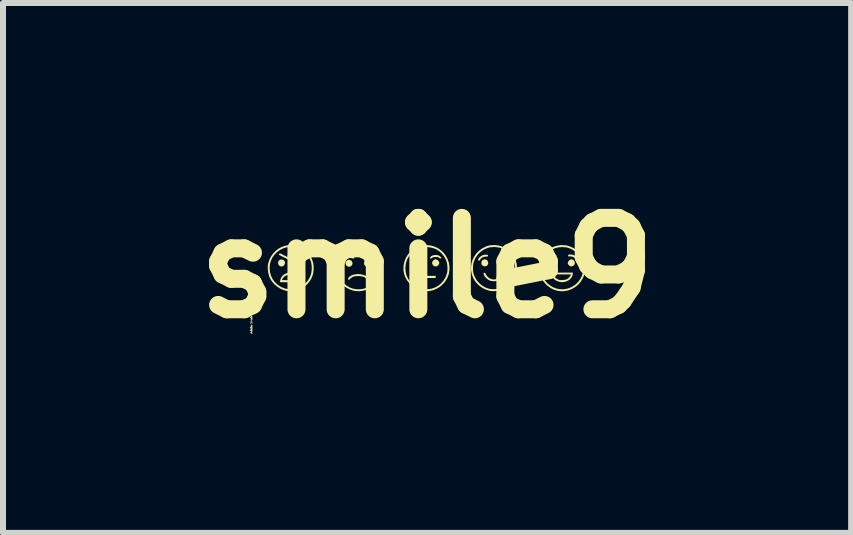
<source format=kicad_pcb>
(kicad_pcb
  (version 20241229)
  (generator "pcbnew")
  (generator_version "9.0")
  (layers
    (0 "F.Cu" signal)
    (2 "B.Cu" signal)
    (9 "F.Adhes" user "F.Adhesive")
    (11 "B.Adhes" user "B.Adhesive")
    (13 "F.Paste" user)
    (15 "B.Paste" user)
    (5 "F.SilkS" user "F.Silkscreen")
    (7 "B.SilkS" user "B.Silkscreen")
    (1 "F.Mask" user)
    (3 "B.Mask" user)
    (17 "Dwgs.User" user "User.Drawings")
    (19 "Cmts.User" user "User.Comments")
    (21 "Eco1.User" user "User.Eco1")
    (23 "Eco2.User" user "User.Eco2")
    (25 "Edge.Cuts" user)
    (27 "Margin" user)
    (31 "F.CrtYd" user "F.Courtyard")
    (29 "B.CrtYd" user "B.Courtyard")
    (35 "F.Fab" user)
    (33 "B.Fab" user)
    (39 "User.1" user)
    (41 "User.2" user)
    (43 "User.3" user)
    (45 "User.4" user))
  (footprint "smile9"
    (layer "F.Cu")
    (at 4.071 1.418)
    (property "Reference" "smile9" (at 0 0 0) (layer "F.SilkS") (effects (font (size 1.524 1.524) (thickness 0.3))))
    (attr board_only exclude_from_pos_files exclude_from_bom)
    (fp_poly (pts (xy -2.914 0.886) (xy -2.91 0.889) (xy -2.915 0.893) (xy -2.927 0.896) (xy -2.94 0.896) (xy -2.947 0.893) (xy -2.951 0.889) (xy -2.949 0.888) (xy -2.926 0.886)) (stroke (width 0) (type solid)) (fill yes) (layer "F.SilkS"))
    (fp_poly (pts (xy -2.911 0.775) (xy -2.9 0.778) (xy -2.898 0.78) (xy -2.904 0.783) (xy -2.917 0.786) (xy -2.928 0.786) (xy -2.945 0.785) (xy -2.956 0.782) (xy -2.958 0.78) (xy -2.953 0.777) (xy -2.939 0.774) (xy -2.928 0.774)) (stroke (width 0) (type solid)) (fill yes) (layer "F.SilkS"))
    (fp_poly (pts (xy 0.144 0.168) (xy -0.161 0.168) (xy -0.163 0.153) (xy -0.165 0.141) (xy -0.163 0.135) (xy -0.157 0.134) (xy -0.14 0.134) (xy -0.114 0.133) (xy -0.081 0.132) (xy -0.043 0.132) (xy -0.008 0.132) (xy 0.144 0.132)) (stroke (width 0) (type solid)) (fill yes) (layer "F.SilkS"))
    (fp_poly (pts (xy -2.407 -0.139) (xy -2.388 -0.128) (xy -2.374 -0.111) (xy -2.368 -0.089) (xy -2.372 -0.065) (xy -2.373 -0.064) (xy -2.388 -0.04) (xy -2.409 -0.027) (xy -2.434 -0.025) (xy -2.452 -0.03) (xy -2.47 -0.043) (xy -2.481 -0.064) (xy -2.484 -0.083) (xy -2.48 -0.108) (xy -2.468 -0.125) (xy -2.453 -0.135) (xy -2.429 -0.142)) (stroke (width 0) (type solid)) (fill yes) (layer "F.SilkS"))
    (fp_poly (pts (xy -1.288 -0.135) (xy -1.273 -0.129) (xy -1.254 -0.111) (xy -1.244 -0.09) (xy -1.243 -0.067) (xy -1.253 -0.045) (xy -1.271 -0.027) (xy -1.276 -0.025) (xy -1.3 -0.018) (xy -1.323 -0.024) (xy -1.339 -0.035) (xy -1.354 -0.055) (xy -1.359 -0.076) (xy -1.356 -0.097) (xy -1.345 -0.115) (xy -1.33 -0.129) (xy -1.31 -0.136)) (stroke (width 0) (type solid)) (fill yes) (layer "F.SilkS"))
    (fp_poly (pts (xy -0.967 -0.13) (xy -0.95 -0.116) (xy -0.94 -0.097) (xy -0.936 -0.075) (xy -0.941 -0.053) (xy -0.954 -0.036) (xy -0.975 -0.021) (xy -0.999 -0.018) (xy -1.022 -0.027) (xy -1.033 -0.035) (xy -1.047 -0.055) (xy -1.052 -0.078) (xy -1.047 -0.1) (xy -1.035 -0.12) (xy -1.014 -0.133) (xy -1.012 -0.134) (xy -0.988 -0.137)) (stroke (width 0) (type solid)) (fill yes) (layer "F.SilkS"))
    (fp_poly (pts (xy 0.986 -0.139) (xy 1.005 -0.125) (xy 1.016 -0.105) (xy 1.021 -0.083) (xy 1.016 -0.06) (xy 1.007 -0.045) (xy 0.987 -0.031) (xy 0.963 -0.026) (xy 0.94 -0.031) (xy 0.935 -0.033) (xy 0.917 -0.049) (xy 0.907 -0.069) (xy 0.906 -0.091) (xy 0.913 -0.113) (xy 0.926 -0.13) (xy 0.946 -0.141) (xy 0.963 -0.144)) (stroke (width 0) (type solid)) (fill yes) (layer "F.SilkS"))
    (fp_poly (pts (xy -2.101 -0.14) (xy -2.085 -0.13) (xy -2.081 -0.127) (xy -2.066 -0.107) (xy -2.061 -0.086) (xy -2.064 -0.065) (xy -2.075 -0.046) (xy -2.091 -0.032) (xy -2.111 -0.025) (xy -2.134 -0.027) (xy -2.148 -0.032) (xy -2.166 -0.048) (xy -2.176 -0.069) (xy -2.177 -0.09) (xy -2.17 -0.111) (xy -2.156 -0.129) (xy -2.136 -0.141) (xy -2.115 -0.144)) (stroke (width 0) (type solid)) (fill yes) (layer "F.SilkS"))
    (fp_poly (pts (xy -0.151 -0.141) (xy -0.128 -0.131) (xy -0.112 -0.112) (xy -0.105 -0.087) (xy -0.105 -0.083) (xy -0.107 -0.065) (xy -0.115 -0.051) (xy -0.125 -0.041) (xy -0.147 -0.027) (xy -0.171 -0.025) (xy -0.193 -0.033) (xy -0.212 -0.049) (xy -0.221 -0.068) (xy -0.221 -0.089) (xy -0.215 -0.11) (xy -0.202 -0.127) (xy -0.184 -0.139) (xy -0.162 -0.143)) (stroke (width 0) (type solid)) (fill yes) (layer "F.SilkS"))
    (fp_poly (pts (xy 1.289 -0.14) (xy 1.309 -0.127) (xy 1.323 -0.112) (xy 1.328 -0.098) (xy 1.329 -0.084) (xy 1.324 -0.06) (xy 1.31 -0.041) (xy 1.291 -0.029) (xy 1.269 -0.025) (xy 1.246 -0.03) (xy 1.245 -0.031) (xy 1.225 -0.048) (xy 1.214 -0.07) (xy 1.212 -0.083) (xy 1.216 -0.108) (xy 1.228 -0.126) (xy 1.242 -0.135) (xy 1.267 -0.143)) (stroke (width 0) (type solid)) (fill yes) (layer "F.SilkS"))
    (fp_poly (pts (xy 0.163 -0.139) (xy 0.181 -0.126) (xy 0.196 -0.11) (xy 0.204 -0.092) (xy 0.204 -0.087) (xy 0.199 -0.062) (xy 0.185 -0.042) (xy 0.165 -0.029) (xy 0.142 -0.025) (xy 0.118 -0.031) (xy 0.115 -0.032) (xy 0.097 -0.049) (xy 0.086 -0.072) (xy 0.084 -0.086) (xy 0.089 -0.104) (xy 0.102 -0.122) (xy 0.12 -0.137) (xy 0.14 -0.144) (xy 0.144 -0.144)) (stroke (width 0) (type solid)) (fill yes) (layer "F.SilkS"))
    (fp_poly (pts (xy 2.428 -0.139) (xy 2.447 -0.127) (xy 2.459 -0.108) (xy 2.465 -0.087) (xy 2.463 -0.066) (xy 2.453 -0.047) (xy 2.435 -0.033) (xy 2.412 -0.025) (xy 2.391 -0.027) (xy 2.37 -0.041) (xy 2.366 -0.045) (xy 2.353 -0.059) (xy 2.348 -0.07) (xy 2.347 -0.084) (xy 2.348 -0.089) (xy 2.356 -0.109) (xy 2.37 -0.127) (xy 2.388 -0.14) (xy 2.403 -0.144)) (stroke (width 0) (type solid)) (fill yes) (layer "F.SilkS"))
    (fp_poly (pts (xy 2.12 -0.139) (xy 2.139 -0.125) (xy 2.154 -0.106) (xy 2.16 -0.086) (xy 2.16 -0.084) (xy 2.156 -0.066) (xy 2.144 -0.048) (xy 2.14 -0.044) (xy 2.118 -0.028) (xy 2.095 -0.024) (xy 2.072 -0.032) (xy 2.071 -0.032) (xy 2.053 -0.049) (xy 2.042 -0.072) (xy 2.04 -0.086) (xy 2.045 -0.104) (xy 2.059 -0.122) (xy 2.077 -0.137) (xy 2.096 -0.144) (xy 2.1 -0.144)) (stroke (width 0) (type solid)) (fill yes) (layer "F.SilkS"))
    (fp_poly (pts (xy -2.912 0.911) (xy -2.91 0.921) (xy -2.913 0.929) (xy -2.916 0.93) (xy -2.919 0.926) (xy -2.918 0.921) (xy -2.918 0.913) (xy -2.921 0.912) (xy -2.928 0.917) (xy -2.93 0.921) (xy -2.938 0.929) (xy -2.947 0.927) (xy -2.948 0.926) (xy -2.952 0.917) (xy -2.95 0.909) (xy -2.946 0.906) (xy -2.943 0.91) (xy -2.944 0.914) (xy -2.943 0.916) (xy -2.936 0.91) (xy -2.936 0.91) (xy -2.924 0.903) (xy -2.917 0.903)) (stroke (width 0) (type solid)) (fill yes) (layer "F.SilkS"))
    (fp_poly (pts (xy -1.334 -0.212) (xy -1.307 -0.207) (xy -1.27 -0.198) (xy -1.268 -0.198) (xy -1.242 -0.192) (xy -1.225 -0.187) (xy -1.216 -0.182) (xy -1.213 -0.177) (xy -1.212 -0.17) (xy -1.212 -0.164) (xy -1.215 -0.159) (xy -1.221 -0.157) (xy -1.232 -0.158) (xy -1.25 -0.161) (xy -1.277 -0.167) (xy -1.302 -0.172) (xy -1.33 -0.178) (xy -1.353 -0.184) (xy -1.369 -0.189) (xy -1.376 -0.192) (xy -1.378 -0.2) (xy -1.376 -0.207) (xy -1.373 -0.212) (xy -1.366 -0.214) (xy -1.353 -0.215)) (stroke (width 0) (type solid)) (fill yes) (layer "F.SilkS"))
    (fp_poly (pts (xy 1.263 -0.221) (xy 1.276 -0.22) (xy 1.314 -0.211) (xy 1.347 -0.19) (xy 1.374 -0.161) (xy 1.385 -0.146) (xy 1.389 -0.137) (xy 1.387 -0.131) (xy 1.382 -0.128) (xy 1.371 -0.121) (xy 1.363 -0.123) (xy 1.355 -0.135) (xy 1.353 -0.138) (xy 1.334 -0.162) (xy 1.307 -0.179) (xy 1.274 -0.188) (xy 1.258 -0.189) (xy 1.238 -0.19) (xy 1.226 -0.193) (xy 1.219 -0.199) (xy 1.217 -0.203) (xy 1.216 -0.213) (xy 1.223 -0.218) (xy 1.228 -0.22) (xy 1.243 -0.221)) (stroke (width 0) (type solid)) (fill yes) (layer "F.SilkS"))
    (fp_poly (pts (xy 2.136 -0.223) (xy 2.15 -0.22) (xy 2.156 -0.214) (xy 2.156 -0.204) (xy 2.156 -0.204) (xy 2.152 -0.197) (xy 2.144 -0.193) (xy 2.128 -0.192) (xy 2.12 -0.192) (xy 2.085 -0.189) (xy 2.057 -0.177) (xy 2.033 -0.157) (xy 2.028 -0.151) (xy 2.014 -0.135) (xy 2.003 -0.127) (xy 1.994 -0.128) (xy 1.987 -0.131) (xy 1.985 -0.137) (xy 1.988 -0.147) (xy 1.999 -0.164) (xy 1.999 -0.165) (xy 2.026 -0.195) (xy 2.059 -0.214) (xy 2.097 -0.223) (xy 2.111 -0.224)) (stroke (width 0) (type solid)) (fill yes) (layer "F.SilkS"))
    (fp_poly (pts (xy 2.44 -0.216) (xy 2.471 -0.202) (xy 2.474 -0.2) (xy 2.49 -0.186) (xy 2.504 -0.17) (xy 2.515 -0.154) (xy 2.52 -0.14) (xy 2.519 -0.131) (xy 2.518 -0.131) (xy 2.508 -0.127) (xy 2.499 -0.13) (xy 2.487 -0.141) (xy 2.478 -0.151) (xy 2.455 -0.173) (xy 2.429 -0.186) (xy 2.396 -0.192) (xy 2.385 -0.192) (xy 2.366 -0.192) (xy 2.356 -0.194) (xy 2.353 -0.199) (xy 2.352 -0.206) (xy 2.354 -0.216) (xy 2.363 -0.222) (xy 2.374 -0.224) (xy 2.406 -0.224)) (stroke (width 0) (type solid)) (fill yes) (layer "F.SilkS"))
    (fp_poly (pts (xy -2.078 -0.236) (xy -2.076 -0.227) (xy -2.076 -0.225) (xy -2.081 -0.22) (xy -2.095 -0.211) (xy -2.116 -0.199) (xy -2.142 -0.185) (xy -2.154 -0.178) (xy -2.184 -0.163) (xy -2.206 -0.152) (xy -2.22 -0.146) (xy -2.229 -0.143) (xy -2.234 -0.144) (xy -2.237 -0.148) (xy -2.238 -0.149) (xy -2.243 -0.16) (xy -2.244 -0.165) (xy -2.239 -0.168) (xy -2.225 -0.176) (xy -2.204 -0.188) (xy -2.178 -0.201) (xy -2.165 -0.207) (xy -2.133 -0.224) (xy -2.109 -0.234) (xy -2.093 -0.239) (xy -2.083 -0.24)) (stroke (width 0) (type solid)) (fill yes) (layer "F.SilkS"))
    (fp_poly (pts (xy -0.919 -0.209) (xy -0.918 -0.201) (xy -0.919 -0.196) (xy -0.923 -0.191) (xy -0.932 -0.187) (xy -0.949 -0.182) (xy -0.973 -0.177) (xy -0.995 -0.172) (xy -1.023 -0.166) (xy -1.048 -0.161) (xy -1.066 -0.158) (xy -1.075 -0.156) (xy -1.075 -0.156) (xy -1.08 -0.161) (xy -1.083 -0.168) (xy -1.085 -0.179) (xy -1.085 -0.183) (xy -1.078 -0.186) (xy -1.062 -0.19) (xy -1.04 -0.195) (xy -1.014 -0.201) (xy -0.987 -0.206) (xy -0.962 -0.211) (xy -0.941 -0.215) (xy -0.926 -0.217) (xy -0.921 -0.217)) (stroke (width 0) (type solid)) (fill yes) (layer "F.SilkS"))
    (fp_poly (pts (xy 0.989 -0.221) (xy 1.006 -0.219) (xy 1.014 -0.215) (xy 1.017 -0.208) (xy 1.017 -0.205) (xy 1.016 -0.197) (xy 1.012 -0.192) (xy 1.001 -0.19) (xy 0.981 -0.189) (xy 0.98 -0.189) (xy 0.945 -0.184) (xy 0.915 -0.17) (xy 0.892 -0.149) (xy 0.885 -0.138) (xy 0.877 -0.125) (xy 0.87 -0.121) (xy 0.859 -0.125) (xy 0.857 -0.126) (xy 0.85 -0.132) (xy 0.85 -0.139) (xy 0.855 -0.15) (xy 0.869 -0.17) (xy 0.891 -0.19) (xy 0.915 -0.206) (xy 0.938 -0.216) (xy 0.959 -0.22) (xy 0.983 -0.221)) (stroke (width 0) (type solid)) (fill yes) (layer "F.SilkS"))
    (fp_poly (pts (xy -2.445 -0.24) (xy -2.43 -0.234) (xy -2.407 -0.222) (xy -2.403 -0.22) (xy -2.367 -0.202) (xy -2.34 -0.188) (xy -2.322 -0.178) (xy -2.311 -0.17) (xy -2.305 -0.164) (xy -2.304 -0.159) (xy -2.306 -0.153) (xy -2.306 -0.152) (xy -2.309 -0.147) (xy -2.313 -0.145) (xy -2.32 -0.146) (xy -2.332 -0.15) (xy -2.35 -0.158) (xy -2.375 -0.17) (xy -2.393 -0.179) (xy -2.421 -0.193) (xy -2.444 -0.206) (xy -2.462 -0.215) (xy -2.471 -0.221) (xy -2.472 -0.222) (xy -2.469 -0.229) (xy -2.464 -0.236) (xy -2.46 -0.241) (xy -2.454 -0.242)) (stroke (width 0) (type solid)) (fill yes) (layer "F.SilkS"))
    (fp_poly (pts (xy 0.173 -0.214) (xy 0.199 -0.205) (xy 0.221 -0.19) (xy 0.224 -0.188) (xy 0.236 -0.174) (xy 0.239 -0.166) (xy 0.233 -0.161) (xy 0.228 -0.159) (xy 0.213 -0.16) (xy 0.2 -0.169) (xy 0.19 -0.177) (xy 0.178 -0.181) (xy 0.16 -0.183) (xy 0.144 -0.183) (xy 0.12 -0.182) (xy 0.105 -0.18) (xy 0.094 -0.174) (xy 0.089 -0.17) (xy 0.075 -0.159) (xy 0.065 -0.157) (xy 0.054 -0.162) (xy 0.049 -0.167) (xy 0.052 -0.175) (xy 0.056 -0.182) (xy 0.074 -0.199) (xy 0.101 -0.211) (xy 0.134 -0.216) (xy 0.14 -0.216)) (stroke (width 0) (type solid)) (fill yes) (layer "F.SilkS"))
    (fp_poly (pts (xy -0.122 -0.213) (xy -0.112 -0.209) (xy -0.099 -0.201) (xy -0.085 -0.189) (xy -0.073 -0.178) (xy -0.066 -0.169) (xy -0.066 -0.167) (xy -0.071 -0.162) (xy -0.079 -0.159) (xy -0.093 -0.16) (xy -0.106 -0.169) (xy -0.116 -0.177) (xy -0.128 -0.181) (xy -0.146 -0.183) (xy -0.162 -0.183) (xy -0.186 -0.182) (xy -0.201 -0.18) (xy -0.212 -0.174) (xy -0.217 -0.17) (xy -0.231 -0.159) (xy -0.241 -0.157) (xy -0.251 -0.161) (xy -0.256 -0.17) (xy -0.251 -0.181) (xy -0.238 -0.194) (xy -0.222 -0.204) (xy -0.2 -0.211) (xy -0.174 -0.215) (xy -0.146 -0.216)) (stroke (width 0) (type solid)) (fill yes) (layer "F.SilkS"))
    (fp_poly (pts (xy -1.101 0.106) (xy -1.061 0.116) (xy -1.024 0.131) (xy -0.995 0.153) (xy -0.992 0.156) (xy -0.977 0.173) (xy -0.973 0.185) (xy -0.978 0.193) (xy -0.984 0.195) (xy -0.996 0.195) (xy -1.008 0.185) (xy -1.011 0.181) (xy -1.037 0.159) (xy -1.071 0.144) (xy -1.115 0.137) (xy -1.146 0.135) (xy -1.191 0.137) (xy -1.226 0.144) (xy -1.253 0.157) (xy -1.276 0.175) (xy -1.278 0.177) (xy -1.291 0.191) (xy -1.299 0.197) (xy -1.308 0.196) (xy -1.314 0.192) (xy -1.32 0.187) (xy -1.318 0.179) (xy -1.313 0.17) (xy -1.292 0.145) (xy -1.263 0.126) (xy -1.227 0.112) (xy -1.186 0.104) (xy -1.144 0.102)) (stroke (width 0) (type solid)) (fill yes) (layer "F.SilkS"))
    (fp_poly (pts (xy 2.43 0.101) (xy 2.425 0.127) (xy 2.411 0.155) (xy 2.391 0.182) (xy 2.367 0.203) (xy 2.366 0.203) (xy 2.327 0.223) (xy 2.284 0.235) (xy 2.24 0.237) (xy 2.217 0.234) (xy 2.17 0.219) (xy 2.13 0.197) (xy 2.128 0.195) (xy 2.109 0.176) (xy 2.093 0.151) (xy 2.081 0.125) (xy 2.078 0.108) (xy 2.106 0.108) (xy 2.113 0.125) (xy 2.128 0.15) (xy 2.154 0.174) (xy 2.181 0.19) (xy 2.199 0.198) (xy 2.215 0.202) (xy 2.234 0.203) (xy 2.259 0.202) (xy 2.295 0.199) (xy 2.322 0.192) (xy 2.331 0.188) (xy 2.359 0.169) (xy 2.381 0.146) (xy 2.394 0.125) (xy 2.4 0.108) (xy 2.106 0.108) (xy 2.078 0.108) (xy 2.076 0.101) (xy 2.076 0.1) (xy 2.076 0.078) (xy 2.43 0.078)) (stroke (width 0) (type solid)) (fill yes) (layer "F.SilkS"))
    (fp_poly (pts (xy 0.973 0.088) (xy 0.978 0.1) (xy 0.994 0.129) (xy 1.018 0.155) (xy 1.049 0.176) (xy 1.057 0.18) (xy 1.08 0.188) (xy 1.101 0.191) (xy 1.127 0.191) (xy 1.128 0.191) (xy 1.171 0.183) (xy 1.205 0.168) (xy 1.232 0.143) (xy 1.253 0.109) (xy 1.254 0.107) (xy 1.262 0.09) (xy 1.27 0.083) (xy 1.278 0.082) (xy 1.278 0.082) (xy 1.288 0.09) (xy 1.289 0.103) (xy 1.284 0.12) (xy 1.272 0.141) (xy 1.256 0.162) (xy 1.237 0.182) (xy 1.215 0.199) (xy 1.2 0.207) (xy 1.179 0.214) (xy 1.151 0.219) (xy 1.12 0.221) (xy 1.089 0.22) (xy 1.063 0.216) (xy 1.054 0.214) (xy 1.022 0.197) (xy 0.992 0.174) (xy 0.966 0.147) (xy 0.949 0.118) (xy 0.944 0.103) (xy 0.942 0.092) (xy 0.946 0.086) (xy 0.957 0.082) (xy 0.966 0.081)) (stroke (width 0) (type solid)) (fill yes) (layer "F.SilkS"))
    (fp_poly (pts (xy -2.925 0.489) (xy -2.916 0.496) (xy -2.911 0.504) (xy -2.913 0.509) (xy -2.919 0.508) (xy -2.922 0.505) (xy -2.927 0.501) (xy -2.93 0.507) (xy -2.93 0.514) (xy -2.922 0.516) (xy -2.912 0.519) (xy -2.91 0.522) (xy -2.915 0.527) (xy -2.924 0.528) (xy -2.939 0.53) (xy -2.942 0.535) (xy -2.933 0.542) (xy -2.927 0.545) (xy -2.916 0.551) (xy -2.913 0.555) (xy -2.914 0.556) (xy -2.925 0.556) (xy -2.933 0.552) (xy -2.943 0.549) (xy -2.948 0.555) (xy -2.948 0.557) (xy -2.95 0.557) (xy -2.95 0.547) (xy -2.95 0.529) (xy -2.95 0.528) (xy -2.949 0.507) (xy -2.948 0.5) (xy -2.944 0.5) (xy -2.943 0.504) (xy -2.94 0.504) (xy -2.935 0.502) (xy -2.936 0.5) (xy -2.943 0.499) (xy -2.944 0.5) (xy -2.948 0.5) (xy -2.947 0.495) (xy -2.943 0.489) (xy -2.937 0.487)) (stroke (width 0) (type solid)) (fill yes) (layer "F.SilkS"))
    (fp_poly (pts (xy -2.935 0.802) (xy -2.934 0.802) (xy -2.924 0.806) (xy -2.919 0.804) (xy -2.915 0.803) (xy -2.913 0.811) (xy -2.912 0.828) (xy -2.912 0.838) (xy -2.913 0.861) (xy -2.916 0.873) (xy -2.92 0.879) (xy -2.924 0.881) (xy -2.934 0.878) (xy -2.938 0.874) (xy -2.94 0.864) (xy -2.931 0.864) (xy -2.93 0.869) (xy -2.926 0.87) (xy -2.917 0.869) (xy -2.916 0.867) (xy -2.921 0.862) (xy -2.929 0.862) (xy -2.931 0.864) (xy -2.94 0.864) (xy -2.94 0.861) (xy -2.94 0.857) (xy -2.94 0.838) (xy -2.944 0.831) (xy -2.932 0.831) (xy -2.931 0.834) (xy -2.924 0.84) (xy -2.922 0.84) (xy -2.916 0.835) (xy -2.916 0.834) (xy -2.921 0.829) (xy -2.926 0.828) (xy -2.932 0.831) (xy -2.944 0.831) (xy -2.945 0.829) (xy -2.949 0.828) (xy -2.957 0.825) (xy -2.958 0.822) (xy -2.953 0.817) (xy -2.946 0.816) (xy -2.938 0.813) (xy -2.938 0.806) (xy -2.94 0.799)) (stroke (width 0) (type solid)) (fill yes) (layer "F.SilkS"))
    (fp_poly (pts (xy -2.225 0.083) (xy -2.19 0.093) (xy -2.18 0.098) (xy -2.15 0.118) (xy -2.125 0.143) (xy -2.107 0.171) (xy -2.096 0.2) (xy -2.095 0.224) (xy -2.096 0.228) (xy -2.098 0.231) (xy -2.103 0.233) (xy -2.111 0.235) (xy -2.124 0.236) (xy -2.144 0.237) (xy -2.171 0.237) (xy -2.208 0.238) (xy -2.254 0.238) (xy -2.272 0.239) (xy -2.317 0.239) (xy -2.358 0.239) (xy -2.393 0.238) (xy -2.421 0.238) (xy -2.44 0.237) (xy -2.45 0.236) (xy -2.45 0.236) (xy -2.451 0.227) (xy -2.449 0.212) (xy -2.448 0.201) (xy -2.447 0.201) (xy -2.418 0.201) (xy -2.412 0.202) (xy -2.396 0.202) (xy -2.372 0.203) (xy -2.34 0.204) (xy -2.302 0.204) (xy -2.274 0.204) (xy -2.222 0.204) (xy -2.181 0.203) (xy -2.152 0.202) (xy -2.135 0.2) (xy -2.13 0.198) (xy -2.135 0.182) (xy -2.147 0.164) (xy -2.163 0.146) (xy -2.172 0.138) (xy -2.208 0.12) (xy -2.248 0.11) (xy -2.289 0.109) (xy -2.33 0.118) (xy -2.366 0.135) (xy -2.384 0.149) (xy -2.397 0.163) (xy -2.409 0.179) (xy -2.416 0.194) (xy -2.418 0.201) (xy -2.447 0.201) (xy -2.435 0.164) (xy -2.411 0.131) (xy -2.379 0.105) (xy -2.338 0.086) (xy -2.304 0.079) (xy -2.264 0.078)) (stroke (width 0) (type solid)) (fill yes) (layer "F.SilkS"))
    (fp_poly (pts (xy -2.923 0.946) (xy -2.922 0.952) (xy -2.921 0.959) (xy -2.918 0.955) (xy -2.917 0.951) (xy -2.915 0.951) (xy -2.913 0.962) (xy -2.912 0.982) (xy -2.912 1.005) (xy -2.913 1.036) (xy -2.914 1.06) (xy -2.917 1.073) (xy -2.919 1.076) (xy -2.922 1.082) (xy -2.918 1.084) (xy -2.911 1.09) (xy -2.911 1.096) (xy -2.915 1.098) (xy -2.923 1.095) (xy -2.936 1.091) (xy -2.949 1.084) (xy -2.951 1.077) (xy -2.941 1.072) (xy -2.938 1.071) (xy -2.928 1.067) (xy -2.928 1.063) (xy -2.935 1.056) (xy -2.945 1.047) (xy -2.947 1.046) (xy -2.926 1.046) (xy -2.925 1.05) (xy -2.922 1.05) (xy -2.917 1.048) (xy -2.918 1.046) (xy -2.925 1.045) (xy -2.926 1.046) (xy -2.947 1.046) (xy -2.952 1.044) (xy -2.958 1.04) (xy -2.958 1.038) (xy -2.953 1.033) (xy -2.947 1.032) (xy -2.939 1.029) (xy -2.938 1.019) (xy -2.939 1.017) (xy -2.94 1.014) (xy -2.931 1.014) (xy -2.93 1.019) (xy -2.926 1.02) (xy -2.917 1.019) (xy -2.916 1.017) (xy -2.921 1.012) (xy -2.929 1.012) (xy -2.931 1.014) (xy -2.94 1.014) (xy -2.944 1.006) (xy -2.95 1.002) (xy -2.957 0.999) (xy -2.958 0.996) (xy -2.953 0.991) (xy -2.949 0.99) (xy -2.941 0.985) (xy -2.941 0.984) (xy -2.931 0.984) (xy -2.93 0.989) (xy -2.926 0.99) (xy -2.917 0.989) (xy -2.916 0.987) (xy -2.921 0.982) (xy -2.929 0.982) (xy -2.931 0.984) (xy -2.941 0.984) (xy -2.94 0.98) (xy -2.938 0.96) (xy -2.937 0.957) (xy -2.934 0.957) (xy -2.931 0.96) (xy -2.928 0.957) (xy -2.931 0.954) (xy -2.934 0.957) (xy -2.937 0.957) (xy -2.936 0.95) (xy -2.933 0.945) (xy -2.93 0.944)) (stroke (width 0) (type solid)) (fill yes) (layer "F.SilkS"))
    (fp_poly (pts (xy -0.003 -0.38) (xy 0.062 -0.374) (xy 0.123 -0.357) (xy 0.18 -0.331) (xy 0.23 -0.296) (xy 0.275 -0.254) (xy 0.312 -0.206) (xy 0.341 -0.153) (xy 0.362 -0.095) (xy 0.373 -0.034) (xy 0.374 0.029) (xy 0.365 0.093) (xy 0.356 0.123) (xy 0.333 0.178) (xy 0.299 0.231) (xy 0.257 0.278) (xy 0.21 0.318) (xy 0.161 0.347) (xy 0.097 0.373) (xy 0.031 0.386) (xy -0.036 0.388) (xy -0.077 0.383) (xy -0.134 0.368) (xy -0.191 0.342) (xy -0.243 0.307) (xy -0.287 0.267) (xy -0.33 0.213) (xy -0.363 0.156) (xy -0.384 0.094) (xy -0.394 0.031) (xy -0.393 0.007) (xy -0.361 0.007) (xy -0.355 0.07) (xy -0.34 0.129) (xy -0.314 0.183) (xy -0.281 0.231) (xy -0.239 0.272) (xy -0.192 0.306) (xy -0.139 0.332) (xy -0.081 0.348) (xy -0.02 0.355) (xy 0.043 0.352) (xy 0.08 0.344) (xy 0.135 0.325) (xy 0.188 0.296) (xy 0.235 0.257) (xy 0.274 0.212) (xy 0.305 0.161) (xy 0.306 0.16) (xy 0.325 0.112) (xy 0.337 0.067) (xy 0.341 0.019) (xy 0.34 -0.02) (xy 0.334 -0.074) (xy 0.32 -0.123) (xy 0.297 -0.17) (xy 0.281 -0.196) (xy 0.24 -0.246) (xy 0.193 -0.286) (xy 0.139 -0.317) (xy 0.08 -0.337) (xy 0.016 -0.347) (xy -0.009 -0.348) (xy -0.075 -0.343) (xy -0.135 -0.326) (xy -0.191 -0.299) (xy -0.242 -0.261) (xy -0.258 -0.246) (xy -0.3 -0.197) (xy -0.331 -0.143) (xy -0.351 -0.084) (xy -0.36 -0.02) (xy -0.361 0.007) (xy -0.393 0.007) (xy -0.392 -0.034) (xy -0.379 -0.1) (xy -0.355 -0.165) (xy -0.353 -0.168) (xy -0.322 -0.219) (xy -0.282 -0.267) (xy -0.235 -0.307) (xy -0.184 -0.339) (xy -0.179 -0.341) (xy -0.137 -0.359) (xy -0.099 -0.371) (xy -0.061 -0.378) (xy -0.019 -0.38)) (stroke (width 0) (type solid)) (fill yes) (layer "F.SilkS"))
    (fp_poly (pts (xy -2.198 -0.374) (xy -2.136 -0.356) (xy -2.077 -0.328) (xy -2.025 -0.29) (xy -1.979 -0.244) (xy -1.941 -0.189) (xy -1.929 -0.165) (xy -1.91 -0.122) (xy -1.898 -0.082) (xy -1.892 -0.041) (xy -1.891 0.006) (xy -1.891 0.025) (xy -1.897 0.083) (xy -1.911 0.135) (xy -1.934 0.184) (xy -1.953 0.215) (xy -1.994 0.267) (xy -2.043 0.311) (xy -2.098 0.345) (xy -2.158 0.37) (xy -2.222 0.385) (xy -2.287 0.389) (xy -2.325 0.386) (xy -2.384 0.372) (xy -2.442 0.348) (xy -2.496 0.314) (xy -2.545 0.273) (xy -2.587 0.225) (xy -2.607 0.194) (xy -2.631 0.145) (xy -2.647 0.088) (xy -2.655 0.029) (xy -2.656 0.003) (xy -2.625 0.003) (xy -2.619 0.068) (xy -2.602 0.129) (xy -2.575 0.186) (xy -2.537 0.237) (xy -2.536 0.238) (xy -2.487 0.283) (xy -2.433 0.318) (xy -2.375 0.341) (xy -2.314 0.354) (xy -2.249 0.355) (xy -2.183 0.345) (xy -2.127 0.325) (xy -2.074 0.295) (xy -2.027 0.256) (xy -1.987 0.21) (xy -1.955 0.157) (xy -1.938 0.114) (xy -1.928 0.072) (xy -1.923 0.024) (xy -1.923 -0.025) (xy -1.928 -0.071) (xy -1.937 -0.108) (xy -1.965 -0.168) (xy -2.002 -0.222) (xy -2.047 -0.267) (xy -2.1 -0.304) (xy -2.158 -0.331) (xy -2.188 -0.339) (xy -2.226 -0.345) (xy -2.267 -0.347) (xy -2.307 -0.347) (xy -2.342 -0.343) (xy -2.348 -0.342) (xy -2.402 -0.325) (xy -2.454 -0.299) (xy -2.502 -0.263) (xy -2.544 -0.222) (xy -2.577 -0.175) (xy -2.587 -0.156) (xy -2.607 -0.109) (xy -2.619 -0.066) (xy -2.624 -0.02) (xy -2.625 0.003) (xy -2.656 0.003) (xy -2.656 -0.029) (xy -2.65 -0.072) (xy -2.631 -0.133) (xy -2.603 -0.19) (xy -2.566 -0.243) (xy -2.521 -0.288) (xy -2.471 -0.325) (xy -2.442 -0.341) (xy -2.4 -0.359) (xy -2.362 -0.371) (xy -2.325 -0.378) (xy -2.283 -0.38) (xy -2.265 -0.38)) (stroke (width 0) (type solid)) (fill yes) (layer "F.SilkS"))
    (fp_poly (pts (xy 1.154 -0.379) (xy 1.202 -0.372) (xy 1.234 -0.364) (xy 1.295 -0.338) (xy 1.351 -0.302) (xy 1.399 -0.257) (xy 1.439 -0.205) (xy 1.458 -0.171) (xy 1.479 -0.123) (xy 1.492 -0.079) (xy 1.499 -0.033) (xy 1.5 0.003) (xy 1.498 0.053) (xy 1.489 0.098) (xy 1.474 0.143) (xy 1.458 0.177) (xy 1.424 0.233) (xy 1.382 0.281) (xy 1.332 0.321) (xy 1.276 0.352) (xy 1.216 0.374) (xy 1.153 0.386) (xy 1.089 0.387) (xy 1.046 0.382) (xy 0.986 0.364) (xy 0.929 0.337) (xy 0.876 0.3) (xy 0.829 0.257) (xy 0.791 0.207) (xy 0.772 0.173) (xy 0.748 0.111) (xy 0.735 0.047) (xy 0.733 -0.013) (xy 0.766 -0.013) (xy 0.766 0.034) (xy 0.771 0.078) (xy 0.776 0.099) (xy 0.8 0.157) (xy 0.832 0.21) (xy 0.874 0.257) (xy 0.922 0.296) (xy 0.975 0.326) (xy 1.026 0.345) (xy 1.056 0.35) (xy 1.092 0.353) (xy 1.132 0.353) (xy 1.169 0.351) (xy 1.2 0.347) (xy 1.206 0.345) (xy 1.229 0.338) (xy 1.256 0.327) (xy 1.278 0.317) (xy 1.311 0.297) (xy 1.346 0.268) (xy 1.38 0.235) (xy 1.409 0.199) (xy 1.431 0.165) (xy 1.433 0.161) (xy 1.456 0.1) (xy 1.468 0.039) (xy 1.469 -0.023) (xy 1.459 -0.083) (xy 1.439 -0.14) (xy 1.41 -0.193) (xy 1.371 -0.242) (xy 1.324 -0.283) (xy 1.272 -0.315) (xy 1.221 -0.335) (xy 1.164 -0.346) (xy 1.105 -0.349) (xy 1.047 -0.343) (xy 1.011 -0.334) (xy 0.952 -0.309) (xy 0.899 -0.274) (xy 0.853 -0.23) (xy 0.815 -0.18) (xy 0.787 -0.122) (xy 0.779 -0.099) (xy 0.77 -0.059) (xy 0.766 -0.013) (xy 0.733 -0.013) (xy 0.733 -0.016) (xy 0.741 -0.077) (xy 0.759 -0.136) (xy 0.787 -0.192) (xy 0.823 -0.243) (xy 0.868 -0.288) (xy 0.92 -0.326) (xy 0.979 -0.356) (xy 1.017 -0.37) (xy 1.058 -0.378) (xy 1.105 -0.381)) (stroke (width 0) (type solid)) (fill yes) (layer "F.SilkS"))
    (fp_poly (pts (xy -1.063 -0.374) (xy -1.002 -0.355) (xy -0.944 -0.325) (xy -0.89 -0.283) (xy -0.873 -0.267) (xy -0.841 -0.234) (xy -0.817 -0.203) (xy -0.798 -0.17) (xy -0.782 -0.132) (xy -0.775 -0.114) (xy -0.768 -0.092) (xy -0.764 -0.073) (xy -0.761 -0.051) (xy -0.76 -0.025) (xy -0.76 0.003) (xy -0.76 0.036) (xy -0.761 0.061) (xy -0.764 0.082) (xy -0.769 0.102) (xy -0.776 0.123) (xy -0.804 0.187) (xy -0.842 0.243) (xy -0.887 0.292) (xy -0.94 0.331) (xy -1.001 0.361) (xy -1.018 0.367) (xy -1.072 0.381) (xy -1.129 0.388) (xy -1.185 0.386) (xy -1.22 0.381) (xy -1.286 0.36) (xy -1.345 0.329) (xy -1.398 0.289) (xy -1.444 0.24) (xy -1.481 0.182) (xy -1.482 0.18) (xy -1.504 0.129) (xy -1.518 0.079) (xy -1.524 0.024) (xy -1.524 0.021) (xy -1.493 0.021) (xy -1.484 0.085) (xy -1.464 0.144) (xy -1.434 0.199) (xy -1.396 0.248) (xy -1.349 0.289) (xy -1.296 0.322) (xy -1.247 0.342) (xy -1.198 0.352) (xy -1.143 0.356) (xy -1.085 0.352) (xy -1.059 0.347) (xy -1.01 0.331) (xy -0.961 0.306) (xy -0.915 0.272) (xy -0.874 0.233) (xy -0.841 0.189) (xy -0.827 0.162) (xy -0.807 0.115) (xy -0.795 0.072) (xy -0.79 0.027) (xy -0.79 0.003) (xy -0.795 -0.062) (xy -0.811 -0.121) (xy -0.838 -0.176) (xy -0.876 -0.227) (xy -0.894 -0.246) (xy -0.942 -0.288) (xy -0.993 -0.318) (xy -1.049 -0.337) (xy -1.11 -0.347) (xy -1.143 -0.348) (xy -1.204 -0.344) (xy -1.258 -0.331) (xy -1.308 -0.308) (xy -1.356 -0.274) (xy -1.389 -0.244) (xy -1.432 -0.194) (xy -1.463 -0.143) (xy -1.483 -0.088) (xy -1.492 -0.028) (xy -1.493 0.021) (xy -1.524 0.021) (xy -1.524 0.003) (xy -1.518 -0.064) (xy -1.502 -0.127) (xy -1.476 -0.186) (xy -1.44 -0.238) (xy -1.396 -0.284) (xy -1.345 -0.322) (xy -1.286 -0.352) (xy -1.222 -0.372) (xy -1.192 -0.378) (xy -1.126 -0.382)) (stroke (width 0) (type solid)) (fill yes) (layer "F.SilkS"))
    (fp_poly (pts (xy 2.296 -0.379) (xy 2.336 -0.373) (xy 2.374 -0.362) (xy 2.416 -0.344) (xy 2.424 -0.34) (xy 2.453 -0.325) (xy 2.477 -0.309) (xy 2.501 -0.289) (xy 2.523 -0.267) (xy 2.568 -0.215) (xy 2.601 -0.161) (xy 2.623 -0.103) (xy 2.635 -0.04) (xy 2.637 0) (xy 2.635 0.046) (xy 2.629 0.085) (xy 2.618 0.124) (xy 2.601 0.165) (xy 2.597 0.173) (xy 2.565 0.227) (xy 2.524 0.275) (xy 2.475 0.316) (xy 2.42 0.349) (xy 2.361 0.373) (xy 2.326 0.381) (xy 2.278 0.388) (xy 2.234 0.389) (xy 2.187 0.383) (xy 2.175 0.381) (xy 2.115 0.363) (xy 2.058 0.334) (xy 2.005 0.294) (xy 1.983 0.274) (xy 1.939 0.222) (xy 1.906 0.168) (xy 1.884 0.111) (xy 1.872 0.049) (xy 1.87 0.003) (xy 1.902 0.003) (xy 1.903 0.033) (xy 1.906 0.064) (xy 1.911 0.089) (xy 1.912 0.092) (xy 1.933 0.15) (xy 1.963 0.203) (xy 2.003 0.251) (xy 2.05 0.291) (xy 2.102 0.322) (xy 2.159 0.344) (xy 2.211 0.354) (xy 2.275 0.356) (xy 2.338 0.345) (xy 2.364 0.338) (xy 2.421 0.313) (xy 2.473 0.278) (xy 2.518 0.235) (xy 2.555 0.185) (xy 2.583 0.129) (xy 2.595 0.093) (xy 2.601 0.058) (xy 2.604 0.017) (xy 2.603 -0.026) (xy 2.599 -0.066) (xy 2.595 -0.086) (xy 2.574 -0.144) (xy 2.543 -0.197) (xy 2.503 -0.245) (xy 2.455 -0.285) (xy 2.402 -0.317) (xy 2.344 -0.338) (xy 2.342 -0.339) (xy 2.318 -0.343) (xy 2.288 -0.346) (xy 2.257 -0.348) (xy 2.253 -0.348) (xy 2.188 -0.343) (xy 2.127 -0.326) (xy 2.071 -0.299) (xy 2.019 -0.26) (xy 2.005 -0.246) (xy 1.963 -0.197) (xy 1.932 -0.143) (xy 1.912 -0.083) (xy 1.903 -0.019) (xy 1.902 0.003) (xy 1.87 0.003) (xy 1.875 -0.065) (xy 1.892 -0.128) (xy 1.919 -0.186) (xy 1.958 -0.241) (xy 1.983 -0.268) (xy 2.035 -0.312) (xy 2.092 -0.346) (xy 2.153 -0.368) (xy 2.218 -0.379) (xy 2.25 -0.38)) (stroke (width 0) (type solid)) (fill yes) (layer "F.SilkS"))
    (fp_poly (pts (xy -2.916 0.572) (xy -2.913 0.585) (xy -2.912 0.6) (xy -2.913 0.614) (xy -2.917 0.621) (xy -2.917 0.621) (xy -2.919 0.628) (xy -2.916 0.634) (xy -2.912 0.643) (xy -2.913 0.647) (xy -2.919 0.646) (xy -2.922 0.643) (xy -2.927 0.639) (xy -2.93 0.645) (xy -2.934 0.655) (xy -2.93 0.658) (xy -2.922 0.656) (xy -2.913 0.656) (xy -2.91 0.659) (xy -2.914 0.666) (xy -2.916 0.666) (xy -2.921 0.671) (xy -2.922 0.681) (xy -2.917 0.692) (xy -2.915 0.695) (xy -2.911 0.703) (xy -2.912 0.706) (xy -2.919 0.706) (xy -2.922 0.703) (xy -2.927 0.699) (xy -2.93 0.705) (xy -2.93 0.712) (xy -2.922 0.714) (xy -2.912 0.717) (xy -2.91 0.72) (xy -2.915 0.725) (xy -2.926 0.726) (xy -2.936 0.728) (xy -2.937 0.732) (xy -2.931 0.736) (xy -2.93 0.736) (xy -2.923 0.736) (xy -2.915 0.742) (xy -2.91 0.749) (xy -2.91 0.75) (xy -2.915 0.757) (xy -2.926 0.758) (xy -2.937 0.754) (xy -2.937 0.754) (xy -2.942 0.747) (xy -2.934 0.747) (xy -2.931 0.75) (xy -2.928 0.747) (xy -2.931 0.744) (xy -2.934 0.747) (xy -2.942 0.747) (xy -2.945 0.743) (xy -2.95 0.725) (xy -2.95 0.707) (xy -2.949 0.698) (xy -2.944 0.698) (xy -2.943 0.702) (xy -2.94 0.702) (xy -2.935 0.7) (xy -2.936 0.698) (xy -2.943 0.697) (xy -2.944 0.698) (xy -2.949 0.698) (xy -2.947 0.692) (xy -2.942 0.685) (xy -2.935 0.68) (xy -2.938 0.676) (xy -2.941 0.675) (xy -2.946 0.671) (xy -2.946 0.669) (xy -2.934 0.669) (xy -2.931 0.672) (xy -2.928 0.669) (xy -2.931 0.666) (xy -2.934 0.669) (xy -2.946 0.669) (xy -2.949 0.661) (xy -2.95 0.644) (xy -2.95 0.638) (xy -2.944 0.638) (xy -2.943 0.642) (xy -2.94 0.642) (xy -2.935 0.64) (xy -2.936 0.638) (xy -2.943 0.637) (xy -2.944 0.638) (xy -2.95 0.638) (xy -2.95 0.621) (xy -2.934 0.621) (xy -2.931 0.624) (xy -2.928 0.621) (xy -2.931 0.618) (xy -2.934 0.621) (xy -2.95 0.621) (xy -2.95 0.621) (xy -2.951 0.608) (xy -2.944 0.608) (xy -2.943 0.612) (xy -2.94 0.612) (xy -2.935 0.61) (xy -2.936 0.608) (xy -2.926 0.608) (xy -2.925 0.612) (xy -2.922 0.612) (xy -2.917 0.61) (xy -2.918 0.608) (xy -2.925 0.607) (xy -2.926 0.608) (xy -2.936 0.608) (xy -2.943 0.607) (xy -2.944 0.608) (xy -2.951 0.608) (xy -2.951 0.596) (xy -2.95 0.587) (xy -2.946 0.587) (xy -2.942 0.594) (xy -2.939 0.596) (xy -2.93 0.595) (xy -2.921 0.589) (xy -2.917 0.581) (xy -2.919 0.578) (xy -2.925 0.578) (xy -2.926 0.58) (xy -2.933 0.585) (xy -2.938 0.584) (xy -2.945 0.584) (xy -2.946 0.587) (xy -2.95 0.587) (xy -2.95 0.581) (xy -2.946 0.573) (xy -2.939 0.569) (xy -2.927 0.568) (xy -2.921 0.568)) (stroke (width 0) (type solid)) (fill yes) (layer "F.SilkS")))
  (gr_rect
    (start -3 -3)
    (end 11.143 5.836)
    (stroke (width 0.1) (type default))
    (fill no)
    (layer "Edge.Cuts")))
</source>
